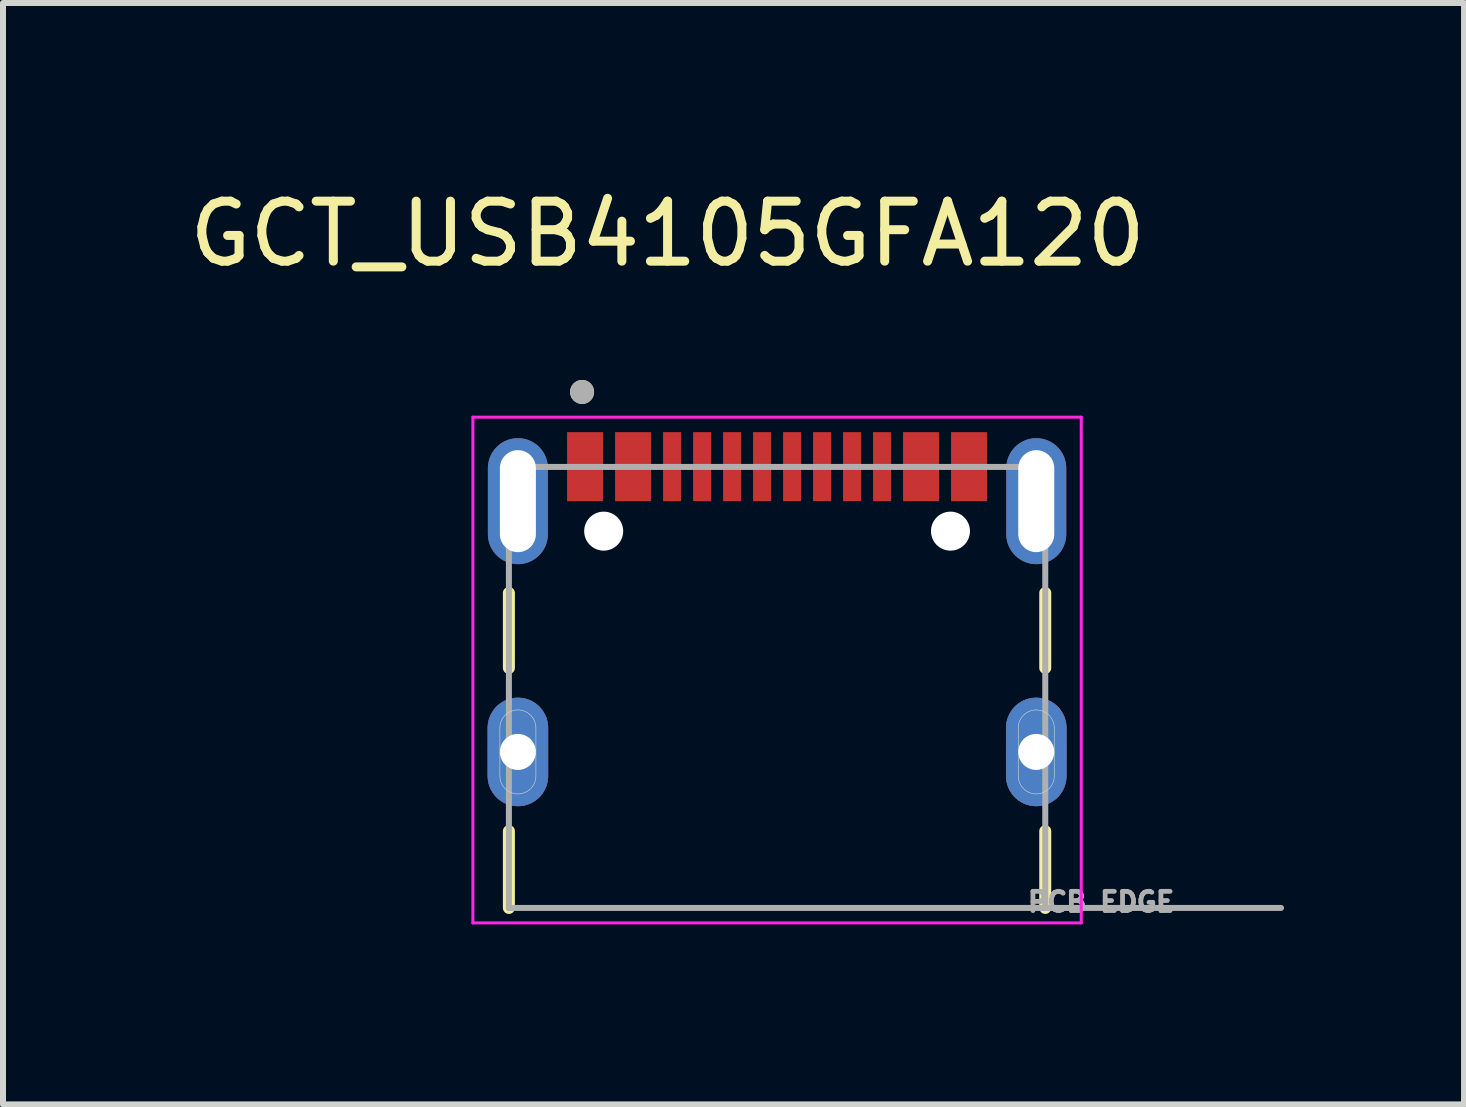
<source format=kicad_pcb>
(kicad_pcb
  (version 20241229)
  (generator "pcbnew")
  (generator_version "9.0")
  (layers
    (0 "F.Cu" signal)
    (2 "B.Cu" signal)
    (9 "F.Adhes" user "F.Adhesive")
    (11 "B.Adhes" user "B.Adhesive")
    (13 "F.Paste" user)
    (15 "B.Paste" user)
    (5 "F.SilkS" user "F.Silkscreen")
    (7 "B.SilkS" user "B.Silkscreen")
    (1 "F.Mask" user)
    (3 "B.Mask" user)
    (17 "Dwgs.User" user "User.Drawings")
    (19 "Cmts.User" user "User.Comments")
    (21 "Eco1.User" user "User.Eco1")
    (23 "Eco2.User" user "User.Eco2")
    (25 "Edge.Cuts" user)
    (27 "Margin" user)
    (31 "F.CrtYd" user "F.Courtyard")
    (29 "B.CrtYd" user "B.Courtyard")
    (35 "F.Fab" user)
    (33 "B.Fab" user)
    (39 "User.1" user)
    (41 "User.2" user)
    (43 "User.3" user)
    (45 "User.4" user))
  (footprint "GCT_USB4105GFA120"
    (layer "F.Cu")
    (at 9.902 9.483)
    (property "Reference" "GCT_USB4105GFA120" (at -1.825 -8.635 0) (layer "F.SilkS") (effects (font (size 1 1) (thickness 0.15))))
    (attr smd)
    (fp_poly (pts (xy -4.82 0) (xy -4.82 -0.4) (xy -4.819 -0.426) (xy -4.817 -0.452) (xy -4.814 -0.478) (xy -4.809 -0.504) (xy -4.803 -0.529) (xy -4.796 -0.555) (xy -4.787 -0.579) (xy -4.777 -0.603) (xy -4.766 -0.627) (xy -4.753 -0.65) (xy -4.739 -0.672) (xy -4.725 -0.694) (xy -4.709 -0.715) (xy -4.692 -0.735) (xy -4.674 -0.754) (xy -4.655 -0.772) (xy -4.635 -0.789) (xy -4.614 -0.805) (xy -4.592 -0.819) (xy -4.57 -0.833) (xy -4.547 -0.846) (xy -4.523 -0.857) (xy -4.499 -0.867) (xy -4.475 -0.876) (xy -4.449 -0.883) (xy -4.424 -0.889) (xy -4.398 -0.894) (xy -4.372 -0.897) (xy -4.346 -0.899) (xy -4.32 -0.9) (xy -4.294 -0.899) (xy -4.268 -0.897) (xy -4.242 -0.894) (xy -4.216 -0.889) (xy -4.191 -0.883) (xy -4.165 -0.876) (xy -4.141 -0.867) (xy -4.117 -0.857) (xy -4.093 -0.846) (xy -4.07 -0.833) (xy -4.048 -0.819) (xy -4.026 -0.805) (xy -4.005 -0.789) (xy -3.985 -0.772) (xy -3.966 -0.754) (xy -3.948 -0.735) (xy -3.931 -0.715) (xy -3.915 -0.694) (xy -3.901 -0.672) (xy -3.887 -0.65) (xy -3.874 -0.627) (xy -3.863 -0.603) (xy -3.853 -0.579) (xy -3.844 -0.555) (xy -3.837 -0.529) (xy -3.831 -0.504) (xy -3.826 -0.478) (xy -3.823 -0.452) (xy -3.821 -0.426) (xy -3.82 -0.4) (xy -3.82 0) (xy -3.82 0.4) (xy -3.821 0.426) (xy -3.823 0.452) (xy -3.826 0.478) (xy -3.831 0.504) (xy -3.837 0.529) (xy -3.844 0.555) (xy -3.853 0.579) (xy -3.863 0.603) (xy -3.874 0.627) (xy -3.887 0.65) (xy -3.901 0.672) (xy -3.915 0.694) (xy -3.931 0.715) (xy -3.948 0.735) (xy -3.966 0.754) (xy -3.985 0.772) (xy -4.005 0.789) (xy -4.026 0.805) (xy -4.048 0.819) (xy -4.07 0.833) (xy -4.093 0.846) (xy -4.117 0.857) (xy -4.141 0.867) (xy -4.165 0.876) (xy -4.191 0.883) (xy -4.216 0.889) (xy -4.242 0.894) (xy -4.268 0.897) (xy -4.294 0.899) (xy -4.32 0.9) (xy -4.346 0.899) (xy -4.372 0.897) (xy -4.398 0.894) (xy -4.424 0.889) (xy -4.449 0.883) (xy -4.475 0.876) (xy -4.499 0.867) (xy -4.523 0.857) (xy -4.547 0.846) (xy -4.57 0.833) (xy -4.592 0.819) (xy -4.614 0.805) (xy -4.635 0.789) (xy -4.655 0.772) (xy -4.674 0.754) (xy -4.692 0.735) (xy -4.709 0.715) (xy -4.725 0.694) (xy -4.739 0.672) (xy -4.753 0.65) (xy -4.766 0.627) (xy -4.777 0.603) (xy -4.787 0.579) (xy -4.796 0.555) (xy -4.803 0.529) (xy -4.809 0.504) (xy -4.814 0.478) (xy -4.817 0.452) (xy -4.819 0.426) (xy -4.82 0.4) (xy -4.82 0)) (stroke (width 0.01) (type solid)) (fill yes) (layer "F.Cu"))
    (fp_poly (pts (xy 3.82 0) (xy 3.82 -0.4) (xy 3.821 -0.426) (xy 3.823 -0.452) (xy 3.826 -0.478) (xy 3.831 -0.504) (xy 3.837 -0.529) (xy 3.844 -0.555) (xy 3.853 -0.579) (xy 3.863 -0.603) (xy 3.874 -0.627) (xy 3.887 -0.65) (xy 3.901 -0.672) (xy 3.915 -0.694) (xy 3.931 -0.715) (xy 3.948 -0.735) (xy 3.966 -0.754) (xy 3.985 -0.772) (xy 4.005 -0.789) (xy 4.026 -0.805) (xy 4.048 -0.819) (xy 4.07 -0.833) (xy 4.093 -0.846) (xy 4.117 -0.857) (xy 4.141 -0.867) (xy 4.165 -0.876) (xy 4.191 -0.883) (xy 4.216 -0.889) (xy 4.242 -0.894) (xy 4.268 -0.897) (xy 4.294 -0.899) (xy 4.32 -0.9) (xy 4.346 -0.899) (xy 4.372 -0.897) (xy 4.398 -0.894) (xy 4.424 -0.889) (xy 4.449 -0.883) (xy 4.475 -0.876) (xy 4.499 -0.867) (xy 4.523 -0.857) (xy 4.547 -0.846) (xy 4.57 -0.833) (xy 4.592 -0.819) (xy 4.614 -0.805) (xy 4.635 -0.789) (xy 4.655 -0.772) (xy 4.674 -0.754) (xy 4.692 -0.735) (xy 4.709 -0.715) (xy 4.725 -0.694) (xy 4.739 -0.672) (xy 4.753 -0.65) (xy 4.766 -0.627) (xy 4.777 -0.603) (xy 4.787 -0.579) (xy 4.796 -0.555) (xy 4.803 -0.529) (xy 4.809 -0.504) (xy 4.814 -0.478) (xy 4.817 -0.452) (xy 4.819 -0.426) (xy 4.82 -0.4) (xy 4.82 0) (xy 4.82 0.4) (xy 4.819 0.426) (xy 4.817 0.452) (xy 4.814 0.478) (xy 4.809 0.504) (xy 4.803 0.529) (xy 4.796 0.555) (xy 4.787 0.579) (xy 4.777 0.603) (xy 4.766 0.627) (xy 4.753 0.65) (xy 4.739 0.672) (xy 4.725 0.694) (xy 4.709 0.715) (xy 4.692 0.735) (xy 4.674 0.754) (xy 4.655 0.772) (xy 4.635 0.789) (xy 4.614 0.805) (xy 4.592 0.819) (xy 4.57 0.833) (xy 4.547 0.846) (xy 4.523 0.857) (xy 4.499 0.867) (xy 4.475 0.876) (xy 4.449 0.883) (xy 4.424 0.889) (xy 4.398 0.894) (xy 4.372 0.897) (xy 4.346 0.899) (xy 4.32 0.9) (xy 4.294 0.899) (xy 4.268 0.897) (xy 4.242 0.894) (xy 4.216 0.889) (xy 4.191 0.883) (xy 4.165 0.876) (xy 4.141 0.867) (xy 4.117 0.857) (xy 4.093 0.846) (xy 4.07 0.833) (xy 4.048 0.819) (xy 4.026 0.805) (xy 4.005 0.789) (xy 3.985 0.772) (xy 3.966 0.754) (xy 3.948 0.735) (xy 3.931 0.715) (xy 3.915 0.694) (xy 3.901 0.672) (xy 3.887 0.65) (xy 3.874 0.627) (xy 3.863 0.603) (xy 3.853 0.579) (xy 3.844 0.555) (xy 3.837 0.529) (xy 3.831 0.504) (xy 3.826 0.478) (xy 3.823 0.452) (xy 3.821 0.426) (xy 3.82 0.4) (xy 3.82 0)) (stroke (width 0.01) (type solid)) (fill yes) (layer "F.Cu"))
    (fp_poly (pts (xy -4.92 0) (xy -4.92 -0.4) (xy -4.919 -0.431) (xy -4.917 -0.463) (xy -4.913 -0.494) (xy -4.907 -0.525) (xy -4.9 -0.555) (xy -4.891 -0.585) (xy -4.88 -0.615) (xy -4.868 -0.644) (xy -4.855 -0.672) (xy -4.84 -0.7) (xy -4.823 -0.727) (xy -4.805 -0.753) (xy -4.786 -0.778) (xy -4.766 -0.801) (xy -4.744 -0.824) (xy -4.721 -0.846) (xy -4.698 -0.866) (xy -4.673 -0.885) (xy -4.647 -0.903) (xy -4.62 -0.92) (xy -4.592 -0.935) (xy -4.564 -0.948) (xy -4.535 -0.96) (xy -4.505 -0.971) (xy -4.475 -0.98) (xy -4.445 -0.987) (xy -4.414 -0.993) (xy -4.383 -0.997) (xy -4.351 -0.999) (xy -4.32 -1) (xy -4.289 -0.999) (xy -4.257 -0.997) (xy -4.226 -0.993) (xy -4.195 -0.987) (xy -4.165 -0.98) (xy -4.135 -0.971) (xy -4.105 -0.96) (xy -4.076 -0.948) (xy -4.048 -0.935) (xy -4.02 -0.92) (xy -3.993 -0.903) (xy -3.967 -0.885) (xy -3.942 -0.866) (xy -3.919 -0.846) (xy -3.896 -0.824) (xy -3.874 -0.801) (xy -3.854 -0.778) (xy -3.835 -0.753) (xy -3.817 -0.727) (xy -3.8 -0.7) (xy -3.785 -0.672) (xy -3.772 -0.644) (xy -3.76 -0.615) (xy -3.749 -0.585) (xy -3.74 -0.555) (xy -3.733 -0.525) (xy -3.727 -0.494) (xy -3.723 -0.463) (xy -3.721 -0.431) (xy -3.72 -0.4) (xy -3.72 0) (xy -3.72 0.4) (xy -3.721 0.431) (xy -3.723 0.463) (xy -3.727 0.494) (xy -3.733 0.525) (xy -3.74 0.555) (xy -3.749 0.585) (xy -3.76 0.615) (xy -3.772 0.644) (xy -3.785 0.672) (xy -3.8 0.7) (xy -3.817 0.727) (xy -3.835 0.753) (xy -3.854 0.778) (xy -3.874 0.801) (xy -3.896 0.824) (xy -3.919 0.846) (xy -3.942 0.866) (xy -3.967 0.885) (xy -3.993 0.903) (xy -4.02 0.92) (xy -4.048 0.935) (xy -4.076 0.948) (xy -4.105 0.96) (xy -4.135 0.971) (xy -4.165 0.98) (xy -4.195 0.987) (xy -4.226 0.993) (xy -4.257 0.997) (xy -4.289 0.999) (xy -4.32 1) (xy -4.351 0.999) (xy -4.383 0.997) (xy -4.414 0.993) (xy -4.445 0.987) (xy -4.475 0.98) (xy -4.505 0.971) (xy -4.535 0.96) (xy -4.564 0.948) (xy -4.592 0.935) (xy -4.62 0.92) (xy -4.647 0.903) (xy -4.673 0.885) (xy -4.698 0.866) (xy -4.721 0.846) (xy -4.744 0.824) (xy -4.766 0.801) (xy -4.786 0.778) (xy -4.805 0.753) (xy -4.823 0.727) (xy -4.84 0.7) (xy -4.855 0.672) (xy -4.868 0.644) (xy -4.88 0.615) (xy -4.891 0.585) (xy -4.9 0.555) (xy -4.907 0.525) (xy -4.913 0.494) (xy -4.917 0.463) (xy -4.919 0.431) (xy -4.92 0.4) (xy -4.92 0)) (stroke (width 0.01) (type solid)) (fill yes) (layer "F.Mask"))
    (fp_poly (pts (xy 3.72 0) (xy 3.72 -0.4) (xy 3.721 -0.431) (xy 3.723 -0.463) (xy 3.727 -0.494) (xy 3.733 -0.525) (xy 3.74 -0.555) (xy 3.749 -0.585) (xy 3.76 -0.615) (xy 3.772 -0.644) (xy 3.785 -0.672) (xy 3.8 -0.7) (xy 3.817 -0.727) (xy 3.835 -0.753) (xy 3.854 -0.778) (xy 3.874 -0.801) (xy 3.896 -0.824) (xy 3.919 -0.846) (xy 3.942 -0.866) (xy 3.967 -0.885) (xy 3.993 -0.903) (xy 4.02 -0.92) (xy 4.048 -0.935) (xy 4.076 -0.948) (xy 4.105 -0.96) (xy 4.135 -0.971) (xy 4.165 -0.98) (xy 4.195 -0.987) (xy 4.226 -0.993) (xy 4.257 -0.997) (xy 4.289 -0.999) (xy 4.32 -1) (xy 4.351 -0.999) (xy 4.383 -0.997) (xy 4.414 -0.993) (xy 4.445 -0.987) (xy 4.475 -0.98) (xy 4.505 -0.971) (xy 4.535 -0.96) (xy 4.564 -0.948) (xy 4.592 -0.935) (xy 4.62 -0.92) (xy 4.647 -0.903) (xy 4.673 -0.885) (xy 4.698 -0.866) (xy 4.721 -0.846) (xy 4.744 -0.824) (xy 4.766 -0.801) (xy 4.786 -0.778) (xy 4.805 -0.753) (xy 4.823 -0.727) (xy 4.84 -0.7) (xy 4.855 -0.672) (xy 4.868 -0.644) (xy 4.88 -0.615) (xy 4.891 -0.585) (xy 4.9 -0.555) (xy 4.907 -0.525) (xy 4.913 -0.494) (xy 4.917 -0.463) (xy 4.919 -0.431) (xy 4.92 -0.4) (xy 4.92 0) (xy 4.92 0.4) (xy 4.919 0.431) (xy 4.917 0.463) (xy 4.913 0.494) (xy 4.907 0.525) (xy 4.9 0.555) (xy 4.891 0.585) (xy 4.88 0.615) (xy 4.868 0.644) (xy 4.855 0.672) (xy 4.84 0.7) (xy 4.823 0.727) (xy 4.805 0.753) (xy 4.786 0.778) (xy 4.766 0.801) (xy 4.744 0.824) (xy 4.721 0.846) (xy 4.698 0.866) (xy 4.673 0.885) (xy 4.647 0.903) (xy 4.62 0.92) (xy 4.592 0.935) (xy 4.564 0.948) (xy 4.535 0.96) (xy 4.505 0.971) (xy 4.475 0.98) (xy 4.445 0.987) (xy 4.414 0.993) (xy 4.383 0.997) (xy 4.351 0.999) (xy 4.32 1) (xy 4.289 0.999) (xy 4.257 0.997) (xy 4.226 0.993) (xy 4.195 0.987) (xy 4.165 0.98) (xy 4.135 0.971) (xy 4.105 0.96) (xy 4.076 0.948) (xy 4.048 0.935) (xy 4.02 0.92) (xy 3.993 0.903) (xy 3.967 0.885) (xy 3.942 0.866) (xy 3.919 0.846) (xy 3.896 0.824) (xy 3.874 0.801) (xy 3.854 0.778) (xy 3.835 0.753) (xy 3.817 0.727) (xy 3.8 0.7) (xy 3.785 0.672) (xy 3.772 0.644) (xy 3.76 0.615) (xy 3.749 0.585) (xy 3.74 0.555) (xy 3.733 0.525) (xy 3.727 0.494) (xy 3.723 0.463) (xy 3.721 0.431) (xy 3.72 0.4) (xy 3.72 0)) (stroke (width 0.01) (type solid)) (fill yes) (layer "F.Mask"))
    (fp_poly (pts (xy -4.82 0) (xy -4.82 -0.4) (xy -4.819 -0.426) (xy -4.817 -0.452) (xy -4.814 -0.478) (xy -4.809 -0.504) (xy -4.803 -0.529) (xy -4.796 -0.555) (xy -4.787 -0.579) (xy -4.777 -0.603) (xy -4.766 -0.627) (xy -4.753 -0.65) (xy -4.739 -0.672) (xy -4.725 -0.694) (xy -4.709 -0.715) (xy -4.692 -0.735) (xy -4.674 -0.754) (xy -4.655 -0.772) (xy -4.635 -0.789) (xy -4.614 -0.805) (xy -4.592 -0.819) (xy -4.57 -0.833) (xy -4.547 -0.846) (xy -4.523 -0.857) (xy -4.499 -0.867) (xy -4.475 -0.876) (xy -4.449 -0.883) (xy -4.424 -0.889) (xy -4.398 -0.894) (xy -4.372 -0.897) (xy -4.346 -0.899) (xy -4.32 -0.9) (xy -4.294 -0.899) (xy -4.268 -0.897) (xy -4.242 -0.894) (xy -4.216 -0.889) (xy -4.191 -0.883) (xy -4.165 -0.876) (xy -4.141 -0.867) (xy -4.117 -0.857) (xy -4.093 -0.846) (xy -4.07 -0.833) (xy -4.048 -0.819) (xy -4.026 -0.805) (xy -4.005 -0.789) (xy -3.985 -0.772) (xy -3.966 -0.754) (xy -3.948 -0.735) (xy -3.931 -0.715) (xy -3.915 -0.694) (xy -3.901 -0.672) (xy -3.887 -0.65) (xy -3.874 -0.627) (xy -3.863 -0.603) (xy -3.853 -0.579) (xy -3.844 -0.555) (xy -3.837 -0.529) (xy -3.831 -0.504) (xy -3.826 -0.478) (xy -3.823 -0.452) (xy -3.821 -0.426) (xy -3.82 -0.4) (xy -3.82 0) (xy -3.82 0.4) (xy -3.821 0.426) (xy -3.823 0.452) (xy -3.826 0.478) (xy -3.831 0.504) (xy -3.837 0.529) (xy -3.844 0.555) (xy -3.853 0.579) (xy -3.863 0.603) (xy -3.874 0.627) (xy -3.887 0.65) (xy -3.901 0.672) (xy -3.915 0.694) (xy -3.931 0.715) (xy -3.948 0.735) (xy -3.966 0.754) (xy -3.985 0.772) (xy -4.005 0.789) (xy -4.026 0.805) (xy -4.048 0.819) (xy -4.07 0.833) (xy -4.093 0.846) (xy -4.117 0.857) (xy -4.141 0.867) (xy -4.165 0.876) (xy -4.191 0.883) (xy -4.216 0.889) (xy -4.242 0.894) (xy -4.268 0.897) (xy -4.294 0.899) (xy -4.32 0.9) (xy -4.346 0.899) (xy -4.372 0.897) (xy -4.398 0.894) (xy -4.424 0.889) (xy -4.449 0.883) (xy -4.475 0.876) (xy -4.499 0.867) (xy -4.523 0.857) (xy -4.547 0.846) (xy -4.57 0.833) (xy -4.592 0.819) (xy -4.614 0.805) (xy -4.635 0.789) (xy -4.655 0.772) (xy -4.674 0.754) (xy -4.692 0.735) (xy -4.709 0.715) (xy -4.725 0.694) (xy -4.739 0.672) (xy -4.753 0.65) (xy -4.766 0.627) (xy -4.777 0.603) (xy -4.787 0.579) (xy -4.796 0.555) (xy -4.803 0.529) (xy -4.809 0.504) (xy -4.814 0.478) (xy -4.817 0.452) (xy -4.819 0.426) (xy -4.82 0.4) (xy -4.82 0)) (stroke (width 0.01) (type solid)) (fill yes) (layer "B.Cu"))
    (fp_poly (pts (xy 3.82 0) (xy 3.82 -0.4) (xy 3.821 -0.426) (xy 3.823 -0.452) (xy 3.826 -0.478) (xy 3.831 -0.504) (xy 3.837 -0.529) (xy 3.844 -0.555) (xy 3.853 -0.579) (xy 3.863 -0.603) (xy 3.874 -0.627) (xy 3.887 -0.65) (xy 3.901 -0.672) (xy 3.915 -0.694) (xy 3.931 -0.715) (xy 3.948 -0.735) (xy 3.966 -0.754) (xy 3.985 -0.772) (xy 4.005 -0.789) (xy 4.026 -0.805) (xy 4.048 -0.819) (xy 4.07 -0.833) (xy 4.093 -0.846) (xy 4.117 -0.857) (xy 4.141 -0.867) (xy 4.165 -0.876) (xy 4.191 -0.883) (xy 4.216 -0.889) (xy 4.242 -0.894) (xy 4.268 -0.897) (xy 4.294 -0.899) (xy 4.32 -0.9) (xy 4.346 -0.899) (xy 4.372 -0.897) (xy 4.398 -0.894) (xy 4.424 -0.889) (xy 4.449 -0.883) (xy 4.475 -0.876) (xy 4.499 -0.867) (xy 4.523 -0.857) (xy 4.547 -0.846) (xy 4.57 -0.833) (xy 4.592 -0.819) (xy 4.614 -0.805) (xy 4.635 -0.789) (xy 4.655 -0.772) (xy 4.674 -0.754) (xy 4.692 -0.735) (xy 4.709 -0.715) (xy 4.725 -0.694) (xy 4.739 -0.672) (xy 4.753 -0.65) (xy 4.766 -0.627) (xy 4.777 -0.603) (xy 4.787 -0.579) (xy 4.796 -0.555) (xy 4.803 -0.529) (xy 4.809 -0.504) (xy 4.814 -0.478) (xy 4.817 -0.452) (xy 4.819 -0.426) (xy 4.82 -0.4) (xy 4.82 0) (xy 4.82 0.4) (xy 4.819 0.426) (xy 4.817 0.452) (xy 4.814 0.478) (xy 4.809 0.504) (xy 4.803 0.529) (xy 4.796 0.555) (xy 4.787 0.579) (xy 4.777 0.603) (xy 4.766 0.627) (xy 4.753 0.65) (xy 4.739 0.672) (xy 4.725 0.694) (xy 4.709 0.715) (xy 4.692 0.735) (xy 4.674 0.754) (xy 4.655 0.772) (xy 4.635 0.789) (xy 4.614 0.805) (xy 4.592 0.819) (xy 4.57 0.833) (xy 4.547 0.846) (xy 4.523 0.857) (xy 4.499 0.867) (xy 4.475 0.876) (xy 4.449 0.883) (xy 4.424 0.889) (xy 4.398 0.894) (xy 4.372 0.897) (xy 4.346 0.899) (xy 4.32 0.9) (xy 4.294 0.899) (xy 4.268 0.897) (xy 4.242 0.894) (xy 4.216 0.889) (xy 4.191 0.883) (xy 4.165 0.876) (xy 4.141 0.867) (xy 4.117 0.857) (xy 4.093 0.846) (xy 4.07 0.833) (xy 4.048 0.819) (xy 4.026 0.805) (xy 4.005 0.789) (xy 3.985 0.772) (xy 3.966 0.754) (xy 3.948 0.735) (xy 3.931 0.715) (xy 3.915 0.694) (xy 3.901 0.672) (xy 3.887 0.65) (xy 3.874 0.627) (xy 3.863 0.603) (xy 3.853 0.579) (xy 3.844 0.555) (xy 3.837 0.529) (xy 3.831 0.504) (xy 3.826 0.478) (xy 3.823 0.452) (xy 3.821 0.426) (xy 3.82 0.4) (xy 3.82 0)) (stroke (width 0.01) (type solid)) (fill yes) (layer "B.Cu"))
    (fp_poly (pts (xy -4.92 0) (xy -4.92 -0.4) (xy -4.919 -0.431) (xy -4.917 -0.463) (xy -4.913 -0.494) (xy -4.907 -0.525) (xy -4.9 -0.555) (xy -4.891 -0.585) (xy -4.88 -0.615) (xy -4.868 -0.644) (xy -4.855 -0.672) (xy -4.84 -0.7) (xy -4.823 -0.727) (xy -4.805 -0.753) (xy -4.786 -0.778) (xy -4.766 -0.801) (xy -4.744 -0.824) (xy -4.721 -0.846) (xy -4.698 -0.866) (xy -4.673 -0.885) (xy -4.647 -0.903) (xy -4.62 -0.92) (xy -4.592 -0.935) (xy -4.564 -0.948) (xy -4.535 -0.96) (xy -4.505 -0.971) (xy -4.475 -0.98) (xy -4.445 -0.987) (xy -4.414 -0.993) (xy -4.383 -0.997) (xy -4.351 -0.999) (xy -4.32 -1) (xy -4.289 -0.999) (xy -4.257 -0.997) (xy -4.226 -0.993) (xy -4.195 -0.987) (xy -4.165 -0.98) (xy -4.135 -0.971) (xy -4.105 -0.96) (xy -4.076 -0.948) (xy -4.048 -0.935) (xy -4.02 -0.92) (xy -3.993 -0.903) (xy -3.967 -0.885) (xy -3.942 -0.866) (xy -3.919 -0.846) (xy -3.896 -0.824) (xy -3.874 -0.801) (xy -3.854 -0.778) (xy -3.835 -0.753) (xy -3.817 -0.727) (xy -3.8 -0.7) (xy -3.785 -0.672) (xy -3.772 -0.644) (xy -3.76 -0.615) (xy -3.749 -0.585) (xy -3.74 -0.555) (xy -3.733 -0.525) (xy -3.727 -0.494) (xy -3.723 -0.463) (xy -3.721 -0.431) (xy -3.72 -0.4) (xy -3.72 0) (xy -3.72 0.4) (xy -3.721 0.431) (xy -3.723 0.463) (xy -3.727 0.494) (xy -3.733 0.525) (xy -3.74 0.555) (xy -3.749 0.585) (xy -3.76 0.615) (xy -3.772 0.644) (xy -3.785 0.672) (xy -3.8 0.7) (xy -3.817 0.727) (xy -3.835 0.753) (xy -3.854 0.778) (xy -3.874 0.801) (xy -3.896 0.824) (xy -3.919 0.846) (xy -3.942 0.866) (xy -3.967 0.885) (xy -3.993 0.903) (xy -4.02 0.92) (xy -4.048 0.935) (xy -4.076 0.948) (xy -4.105 0.96) (xy -4.135 0.971) (xy -4.165 0.98) (xy -4.195 0.987) (xy -4.226 0.993) (xy -4.257 0.997) (xy -4.289 0.999) (xy -4.32 1) (xy -4.351 0.999) (xy -4.383 0.997) (xy -4.414 0.993) (xy -4.445 0.987) (xy -4.475 0.98) (xy -4.505 0.971) (xy -4.535 0.96) (xy -4.564 0.948) (xy -4.592 0.935) (xy -4.62 0.92) (xy -4.647 0.903) (xy -4.673 0.885) (xy -4.698 0.866) (xy -4.721 0.846) (xy -4.744 0.824) (xy -4.766 0.801) (xy -4.786 0.778) (xy -4.805 0.753) (xy -4.823 0.727) (xy -4.84 0.7) (xy -4.855 0.672) (xy -4.868 0.644) (xy -4.88 0.615) (xy -4.891 0.585) (xy -4.9 0.555) (xy -4.907 0.525) (xy -4.913 0.494) (xy -4.917 0.463) (xy -4.919 0.431) (xy -4.92 0.4) (xy -4.92 0)) (stroke (width 0.01) (type solid)) (fill yes) (layer "B.Mask"))
    (fp_poly (pts (xy 3.72 0) (xy 3.72 -0.4) (xy 3.721 -0.431) (xy 3.723 -0.463) (xy 3.727 -0.494) (xy 3.733 -0.525) (xy 3.74 -0.555) (xy 3.749 -0.585) (xy 3.76 -0.615) (xy 3.772 -0.644) (xy 3.785 -0.672) (xy 3.8 -0.7) (xy 3.817 -0.727) (xy 3.835 -0.753) (xy 3.854 -0.778) (xy 3.874 -0.801) (xy 3.896 -0.824) (xy 3.919 -0.846) (xy 3.942 -0.866) (xy 3.967 -0.885) (xy 3.993 -0.903) (xy 4.02 -0.92) (xy 4.048 -0.935) (xy 4.076 -0.948) (xy 4.105 -0.96) (xy 4.135 -0.971) (xy 4.165 -0.98) (xy 4.195 -0.987) (xy 4.226 -0.993) (xy 4.257 -0.997) (xy 4.289 -0.999) (xy 4.32 -1) (xy 4.351 -0.999) (xy 4.383 -0.997) (xy 4.414 -0.993) (xy 4.445 -0.987) (xy 4.475 -0.98) (xy 4.505 -0.971) (xy 4.535 -0.96) (xy 4.564 -0.948) (xy 4.592 -0.935) (xy 4.62 -0.92) (xy 4.647 -0.903) (xy 4.673 -0.885) (xy 4.698 -0.866) (xy 4.721 -0.846) (xy 4.744 -0.824) (xy 4.766 -0.801) (xy 4.786 -0.778) (xy 4.805 -0.753) (xy 4.823 -0.727) (xy 4.84 -0.7) (xy 4.855 -0.672) (xy 4.868 -0.644) (xy 4.88 -0.615) (xy 4.891 -0.585) (xy 4.9 -0.555) (xy 4.907 -0.525) (xy 4.913 -0.494) (xy 4.917 -0.463) (xy 4.919 -0.431) (xy 4.92 -0.4) (xy 4.92 0) (xy 4.92 0.4) (xy 4.919 0.431) (xy 4.917 0.463) (xy 4.913 0.494) (xy 4.907 0.525) (xy 4.9 0.555) (xy 4.891 0.585) (xy 4.88 0.615) (xy 4.868 0.644) (xy 4.855 0.672) (xy 4.84 0.7) (xy 4.823 0.727) (xy 4.805 0.753) (xy 4.786 0.778) (xy 4.766 0.801) (xy 4.744 0.824) (xy 4.721 0.846) (xy 4.698 0.866) (xy 4.673 0.885) (xy 4.647 0.903) (xy 4.62 0.92) (xy 4.592 0.935) (xy 4.564 0.948) (xy 4.535 0.96) (xy 4.505 0.971) (xy 4.475 0.98) (xy 4.445 0.987) (xy 4.414 0.993) (xy 4.383 0.997) (xy 4.351 0.999) (xy 4.32 1) (xy 4.289 0.999) (xy 4.257 0.997) (xy 4.226 0.993) (xy 4.195 0.987) (xy 4.165 0.98) (xy 4.135 0.971) (xy 4.105 0.96) (xy 4.076 0.948) (xy 4.048 0.935) (xy 4.02 0.92) (xy 3.993 0.903) (xy 3.967 0.885) (xy 3.942 0.866) (xy 3.919 0.846) (xy 3.896 0.824) (xy 3.874 0.801) (xy 3.854 0.778) (xy 3.835 0.753) (xy 3.817 0.727) (xy 3.8 0.7) (xy 3.785 0.672) (xy 3.772 0.644) (xy 3.76 0.615) (xy 3.749 0.585) (xy 3.74 0.555) (xy 3.733 0.525) (xy 3.727 0.494) (xy 3.723 0.463) (xy 3.721 0.431) (xy 3.72 0.4) (xy 3.72 0)) (stroke (width 0.01) (type solid)) (fill yes) (layer "B.Mask"))
    (fp_line (start -4.47 -2.65) (end -4.47 -1.4) (stroke (width 0.2) (type solid)) (layer "F.SilkS"))
    (fp_line (start -4.47 1.32) (end -4.47 2.6) (stroke (width 0.2) (type solid)) (layer "F.SilkS"))
    (fp_line (start 4.47 -2.65) (end 4.47 -1.4) (stroke (width 0.2) (type solid)) (layer "F.SilkS"))
    (fp_line (start 4.47 2.6) (end 4.47 1.32) (stroke (width 0.2) (type solid)) (layer "F.SilkS"))
    (fp_circle (center -3.25 -6) (end -3.15 -6) (stroke (width 0.2) (type solid)) (fill no) (layer "F.SilkS"))
    (fp_line (start -4.62 0.4) (end -4.62 -0.4) (stroke (width 0.01) (type solid)) (layer "Edge.Cuts"))
    (fp_line (start -4.02 -0.4) (end -4.02 0.4) (stroke (width 0.01) (type solid)) (layer "Edge.Cuts"))
    (fp_line (start 4.02 0.4) (end 4.02 -0.4) (stroke (width 0.01) (type solid)) (layer "Edge.Cuts"))
    (fp_line (start 4.62 -0.4) (end 4.62 0.4) (stroke (width 0.01) (type solid)) (layer "Edge.Cuts"))
    (fp_arc (start -4.62 -0.4) (mid -4.532132 -0.612132) (end -4.32 -0.7) (stroke (width 0.01) (type solid)) (layer "Edge.Cuts"))
    (fp_arc (start -4.32 -0.7) (mid -4.107868 -0.612132) (end -4.02 -0.4) (stroke (width 0.01) (type solid)) (layer "Edge.Cuts"))
    (fp_arc (start -4.32 0.7) (mid -4.532132 0.612132) (end -4.62 0.4) (stroke (width 0.01) (type solid)) (layer "Edge.Cuts"))
    (fp_arc (start -4.02 0.4) (mid -4.107868 0.612132) (end -4.32 0.7) (stroke (width 0.01) (type solid)) (layer "Edge.Cuts"))
    (fp_arc (start 4.02 -0.4) (mid 4.107868 -0.612132) (end 4.32 -0.7) (stroke (width 0.01) (type solid)) (layer "Edge.Cuts"))
    (fp_arc (start 4.32 -0.7) (mid 4.532132 -0.612132) (end 4.62 -0.4) (stroke (width 0.01) (type solid)) (layer "Edge.Cuts"))
    (fp_arc (start 4.32 0.7) (mid 4.107868 0.612132) (end 4.02 0.4) (stroke (width 0.01) (type solid)) (layer "Edge.Cuts"))
    (fp_arc (start 4.62 0.4) (mid 4.532132 0.612132) (end 4.32 0.7) (stroke (width 0.01) (type solid)) (layer "Edge.Cuts"))
    (fp_line (start -5.07 -5.58) (end -5.07 2.85) (stroke (width 0.05) (type solid)) (layer "F.CrtYd"))
    (fp_line (start -5.07 2.85) (end 5.07 2.85) (stroke (width 0.05) (type solid)) (layer "F.CrtYd"))
    (fp_line (start 5.07 -5.58) (end -5.07 -5.58) (stroke (width 0.05) (type solid)) (layer "F.CrtYd"))
    (fp_line (start 5.07 2.85) (end 5.07 -5.58) (stroke (width 0.05) (type solid)) (layer "F.CrtYd"))
    (fp_line (start -4.47 -4.75) (end 4.47 -4.75) (stroke (width 0.1) (type solid)) (layer "F.Fab"))
    (fp_line (start -4.47 2.6) (end -4.47 -4.75) (stroke (width 0.1) (type solid)) (layer "F.Fab"))
    (fp_line (start 4.47 -4.75) (end 4.47 2.6) (stroke (width 0.1) (type solid)) (layer "F.Fab"))
    (fp_line (start 4.47 2.6) (end -4.47 2.6) (stroke (width 0.1) (type solid)) (layer "F.Fab"))
    (fp_line (start 4.47 2.6) (end 8.4 2.6) (stroke (width 0.1) (type solid)) (layer "F.Fab"))
    (fp_circle (center -3.25 -6) (end -3.15 -6) (stroke (width 0.2) (type solid)) (fill no) (layer "F.Fab"))
    (fp_text user "PCB EDGE" (at 5.4 2.5 0) (layer "F.Fab") (effects (font (size 0.32 0.32) (thickness 0.15))))
    (pad "" np_thru_hole circle (at -2.89 -3.68) (size 0.65 0.65) (drill 0.65) (layers "*.Cu" "*.Mask"))
    (pad "" np_thru_hole circle (at 2.89 -3.68) (size 0.65 0.65) (drill 0.65) (layers "*.Cu" "*.Mask"))
    (pad "A1_B12" smd rect (at -3.2 -4.755) (size 0.6 1.15) (layers "F.Cu" "F.Mask" "F.Paste"))
    (pad "A4_B9" smd rect (at -2.4 -4.755) (size 0.6 1.15) (layers "F.Cu" "F.Mask" "F.Paste"))
    (pad "A5" smd rect (at -1.25 -4.755) (size 0.3 1.15) (layers "F.Cu" "F.Mask" "F.Paste"))
    (pad "A6" smd rect (at -0.25 -4.755) (size 0.3 1.15) (layers "F.Cu" "F.Mask" "F.Paste"))
    (pad "A7" smd rect (at 0.25 -4.755) (size 0.3 1.15) (layers "F.Cu" "F.Mask" "F.Paste"))
    (pad "A8" smd rect (at 1.25 -4.755) (size 0.3 1.15) (layers "F.Cu" "F.Mask" "F.Paste"))
    (pad "B1_A12" smd rect (at 3.2 -4.755) (size 0.6 1.15) (layers "F.Cu" "F.Mask" "F.Paste"))
    (pad "B4_A9" smd rect (at 2.4 -4.755) (size 0.6 1.15) (layers "F.Cu" "F.Mask" "F.Paste"))
    (pad "B5" smd rect (at 1.75 -4.755) (size 0.3 1.15) (layers "F.Cu" "F.Mask" "F.Paste"))
    (pad "B6" smd rect (at 0.75 -4.755) (size 0.3 1.15) (layers "F.Cu" "F.Mask" "F.Paste"))
    (pad "B7" smd rect (at -0.75 -4.755) (size 0.3 1.15) (layers "F.Cu" "F.Mask" "F.Paste"))
    (pad "B8" smd rect (at -1.75 -4.755) (size 0.3 1.15) (layers "F.Cu" "F.Mask" "F.Paste"))
    (pad "SH1" thru_hole oval (at -4.32 -4.18) (size 1 2.1) (drill oval 0.6 1.7) (layers "*.Cu" "*.Mask"))
    (pad "SH2" thru_hole oval (at 4.32 -4.18) (size 1 2.1) (drill oval 0.6 1.7) (layers "*.Cu" "*.Mask"))
    (pad "SH3" thru_hole circle (at -4.32 0) (size 1 1) (drill 0.6) (layers "*.Cu"))
    (pad "SH4" thru_hole circle (at 4.32 0) (size 1 1) (drill 0.6) (layers "*.Cu")))
  (gr_rect
    (start -3 -3)
    (end 21.352 15.358)
    (stroke (width 0.1) (type default))
    (fill no)
    (layer "Edge.Cuts")))
</source>
